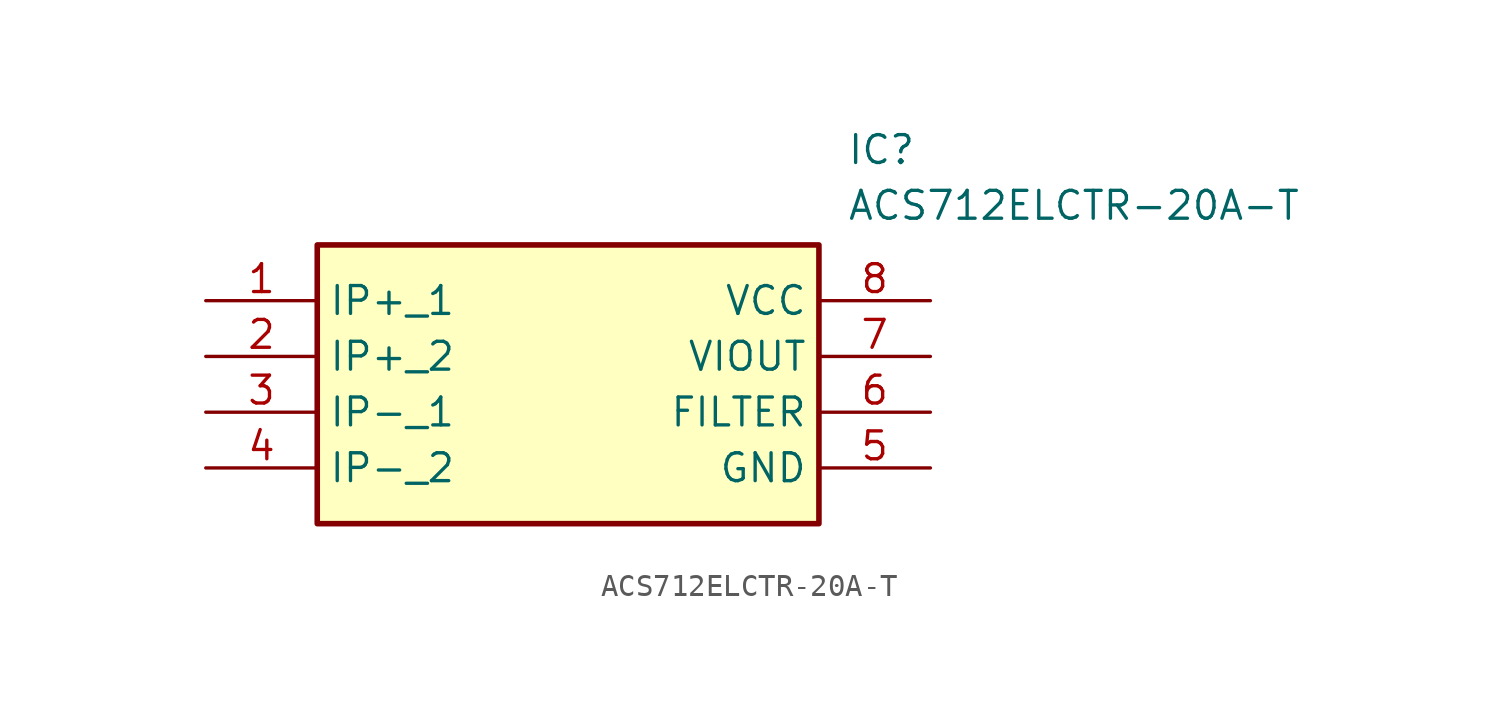
<source format=kicad_sym>
(kicad_symbol_lib
  (version 20231120)
  (generator "kicad_symbol_editor")
  (generator_version "8.0")
  (symbol "ACS712ELCTR-20A-T"
    (property "Reference" "IC"
      (at 29.21 7.62 0)
      (effects (font (size 1.27 1.27)) (justify left top)))
    (property "Value" "ACS712ELCTR-20A-T"
      (at 29.21 5.08 0)
      (effects (font (size 1.27 1.27)) (justify left top)))
    (symbol "ACS712ELCTR-20A-T_1_1"
      (rectangle (start 5.08 2.54) (end 27.94 -10.16) (stroke (width 0.254) (type default)) (fill (type background)))
      (pin passive line (at 0 0 0) (length 5.08) (name "IP+_1" (effects (font (size 1.27 1.27)))) (number "1" (effects (font (size 1.27 1.27)))))
      (pin passive line (at 0 -2.54 0) (length 5.08) (name "IP+_2" (effects (font (size 1.27 1.27)))) (number "2" (effects (font (size 1.27 1.27)))))
      (pin passive line (at 0 -5.08 0) (length 5.08) (name "IP-_1" (effects (font (size 1.27 1.27)))) (number "3" (effects (font (size 1.27 1.27)))))
      (pin passive line (at 0 -7.62 0) (length 5.08) (name "IP-_2" (effects (font (size 1.27 1.27)))) (number "4" (effects (font (size 1.27 1.27)))))
      (pin passive line (at 33.02 -7.62 180) (length 5.08) (name "GND" (effects (font (size 1.27 1.27)))) (number "5" (effects (font (size 1.27 1.27)))))
      (pin passive line (at 33.02 -5.08 180) (length 5.08) (name "FILTER" (effects (font (size 1.27 1.27)))) (number "6" (effects (font (size 1.27 1.27)))))
      (pin passive line (at 33.02 -2.54 180) (length 5.08) (name "VIOUT" (effects (font (size 1.27 1.27)))) (number "7" (effects (font (size 1.27 1.27)))))
      (pin passive line (at 33.02 0 180) (length 5.08) (name "VCC" (effects (font (size 1.27 1.27)))) (number "8" (effects (font (size 1.27 1.27))))))))
</source>
